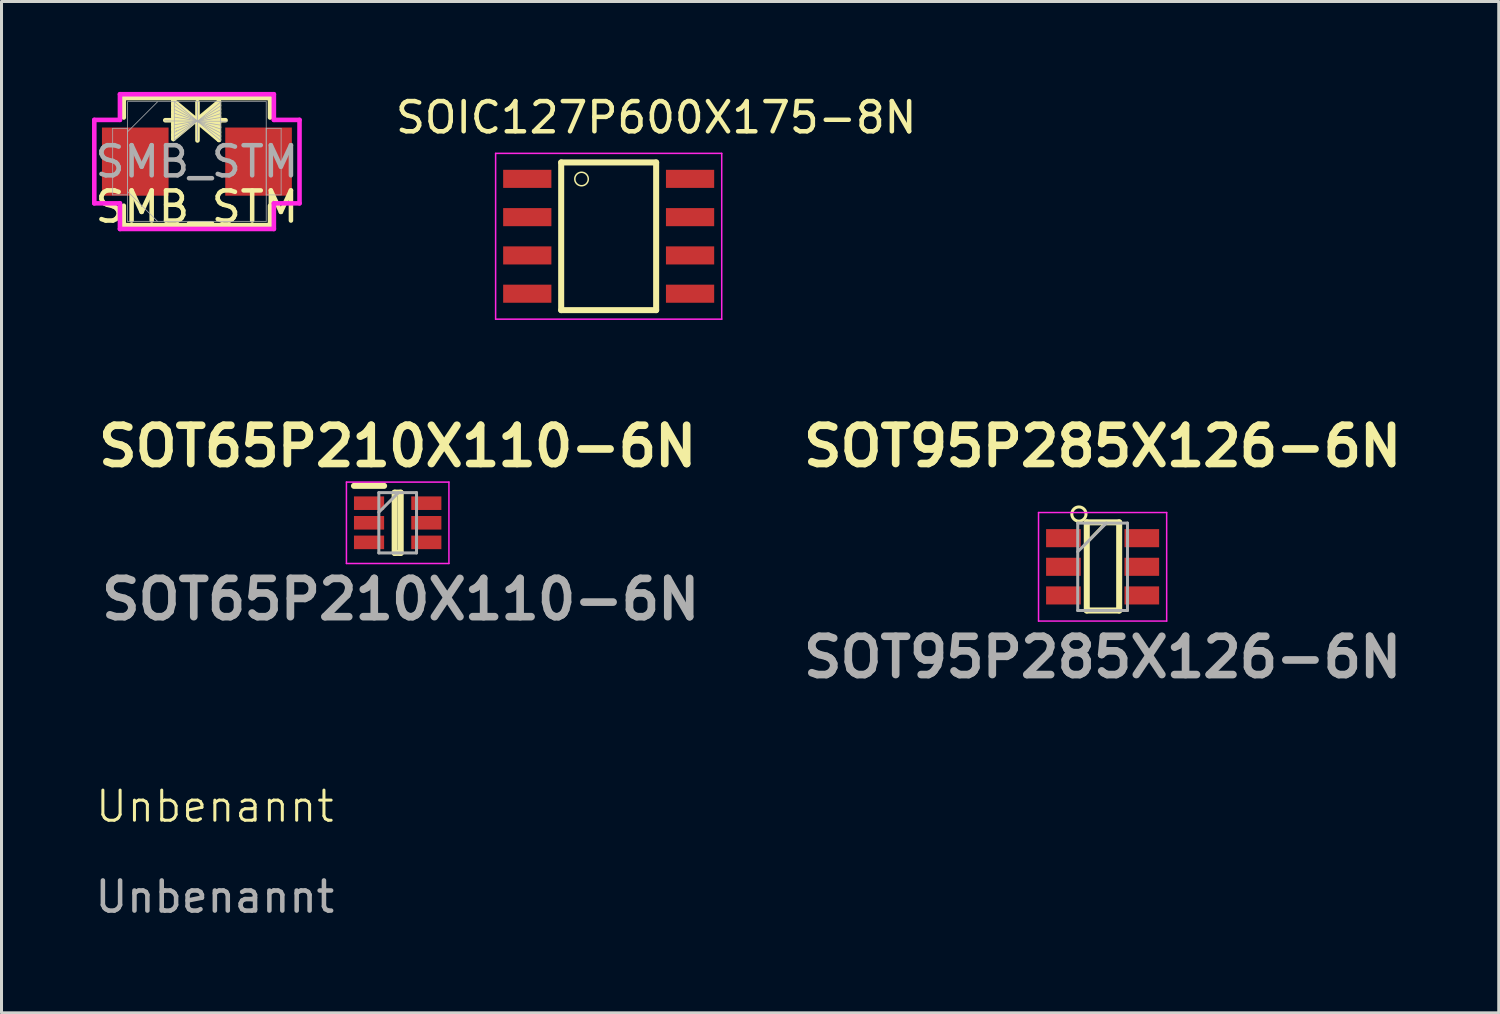
<source format=kicad_pcb>
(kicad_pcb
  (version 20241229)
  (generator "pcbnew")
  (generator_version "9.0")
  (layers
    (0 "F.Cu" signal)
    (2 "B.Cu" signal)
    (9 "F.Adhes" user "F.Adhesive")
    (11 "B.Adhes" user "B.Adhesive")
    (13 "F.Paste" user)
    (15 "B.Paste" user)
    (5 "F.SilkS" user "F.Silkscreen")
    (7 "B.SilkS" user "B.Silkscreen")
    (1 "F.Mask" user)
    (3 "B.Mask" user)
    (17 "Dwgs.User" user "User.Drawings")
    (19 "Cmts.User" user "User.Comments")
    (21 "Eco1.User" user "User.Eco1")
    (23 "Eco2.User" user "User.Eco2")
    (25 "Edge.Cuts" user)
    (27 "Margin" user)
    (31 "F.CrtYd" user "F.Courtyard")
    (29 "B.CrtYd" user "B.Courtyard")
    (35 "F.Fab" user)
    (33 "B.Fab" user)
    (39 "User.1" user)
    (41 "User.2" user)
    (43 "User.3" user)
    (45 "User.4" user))
  (footprint "SOT65P210X110-6N"
    (layer "F.Cu")
    (at 10.142 14.292)
    (property "Reference" "SOT65P210X110-6N" (at 0 -2.54 0) (layer "F.SilkS") (effects (font (size 1.27 1.27) (thickness 0.254))))
    (attr smd)
    (fp_line (start -1.45 -1.225) (end -0.45 -1.225) (stroke (width 0.2) (type solid)) (layer "F.SilkS"))
    (fp_line (start -0.1 -1) (end 0.1 -1) (stroke (width 0.2) (type solid)) (layer "F.SilkS"))
    (fp_line (start -0.1 1) (end -0.1 -1) (stroke (width 0.2) (type solid)) (layer "F.SilkS"))
    (fp_line (start 0.1 -1) (end 0.1 1) (stroke (width 0.2) (type solid)) (layer "F.SilkS"))
    (fp_line (start 0.1 1) (end -0.1 1) (stroke (width 0.2) (type solid)) (layer "F.SilkS"))
    (fp_line (start -1.7 -1.35) (end 1.7 -1.35) (stroke (width 0.05) (type solid)) (layer "F.CrtYd"))
    (fp_line (start -1.7 1.35) (end -1.7 -1.35) (stroke (width 0.05) (type solid)) (layer "F.CrtYd"))
    (fp_line (start 1.7 -1.35) (end 1.7 1.35) (stroke (width 0.05) (type solid)) (layer "F.CrtYd"))
    (fp_line (start 1.7 1.35) (end -1.7 1.35) (stroke (width 0.05) (type solid)) (layer "F.CrtYd"))
    (fp_line (start -0.625 -1) (end 0.625 -1) (stroke (width 0.1) (type solid)) (layer "F.Fab"))
    (fp_line (start -0.625 -0.35) (end 0.025 -1) (stroke (width 0.1) (type solid)) (layer "F.Fab"))
    (fp_line (start -0.625 1) (end -0.625 -1) (stroke (width 0.1) (type solid)) (layer "F.Fab"))
    (fp_line (start 0.625 -1) (end 0.625 1) (stroke (width 0.1) (type solid)) (layer "F.Fab"))
    (fp_line (start 0.625 1) (end -0.625 1) (stroke (width 0.1) (type solid)) (layer "F.Fab"))
    (fp_text user "${REFERENCE}" (at 0.1 2.54 0) (layer "F.Fab") (effects (font (size 1.27 1.27) (thickness 0.254))))
    (pad "1" smd rect (at -0.95 -0.65 90) (size 0.45 1) (layers "F.Cu" "F.Mask" "F.Paste"))
    (pad "2" smd rect (at -0.95 0 90) (size 0.45 1) (layers "F.Cu" "F.Mask" "F.Paste"))
    (pad "3" smd rect (at -0.95 0.65 90) (size 0.45 1) (layers "F.Cu" "F.Mask" "F.Paste"))
    (pad "4" smd rect (at 0.95 0.65 90) (size 0.45 1) (layers "F.Cu" "F.Mask" "F.Paste"))
    (pad "5" smd rect (at 0.95 0 90) (size 0.45 1) (layers "F.Cu" "F.Mask" "F.Paste"))
    (pad "6" smd rect (at 0.95 -0.65 90) (size 0.45 1) (layers "F.Cu" "F.Mask" "F.Paste")))
  (footprint "SOIC127P600X175-8N"
    (layer "F.Cu")
    (at 17.141 4.788)
    (property "Reference" "SOIC127P600X175-8N" (at 1.577 -3.939 0) (layer "F.SilkS") (effects (font (size 1.001 1.001) (thickness 0.15))))
    (attr smd)
    (fp_line (start -1.575 -2.45) (end 1.575 -2.45) (stroke (width 0.2) (type solid)) (layer "F.SilkS"))
    (fp_line (start -1.575 2.45) (end -1.575 -2.45) (stroke (width 0.2) (type solid)) (layer "F.SilkS"))
    (fp_line (start 1.575 -2.45) (end 1.575 2.45) (stroke (width 0.2) (type solid)) (layer "F.SilkS"))
    (fp_line (start 1.575 2.45) (end -1.575 2.45) (stroke (width 0.2) (type solid)) (layer "F.SilkS"))
    (fp_circle (center -0.9 -1.9) (end -0.676 -1.9) (stroke (width 0.05) (type solid)) (fill no) (layer "F.SilkS"))
    (fp_line (start -3.75 -2.75) (end 3.75 -2.75) (stroke (width 0.05) (type solid)) (layer "F.CrtYd"))
    (fp_line (start -3.75 2.75) (end -3.75 -2.75) (stroke (width 0.05) (type solid)) (layer "F.CrtYd"))
    (fp_line (start 3.75 -2.75) (end 3.75 2.75) (stroke (width 0.05) (type solid)) (layer "F.CrtYd"))
    (fp_line (start 3.75 2.75) (end -3.75 2.75) (stroke (width 0.05) (type solid)) (layer "F.CrtYd"))
    (pad "1" smd rect (at -2.7 -1.905) (size 1.6 0.6) (layers "F.Cu" "F.Mask" "F.Paste"))
    (pad "2" smd rect (at -2.7 -0.635) (size 1.6 0.6) (layers "F.Cu" "F.Mask" "F.Paste"))
    (pad "3" smd rect (at -2.7 0.635) (size 1.6 0.6) (layers "F.Cu" "F.Mask" "F.Paste"))
    (pad "4" smd rect (at -2.7 1.905) (size 1.6 0.6) (layers "F.Cu" "F.Mask" "F.Paste"))
    (pad "5" smd rect (at 2.7 1.905 180) (size 1.6 0.6) (layers "F.Cu" "F.Mask" "F.Paste"))
    (pad "6" smd rect (at 2.7 0.635 180) (size 1.6 0.6) (layers "F.Cu" "F.Mask" "F.Paste"))
    (pad "7" smd rect (at 2.7 -0.635 180) (size 1.6 0.6) (layers "F.Cu" "F.Mask" "F.Paste"))
    (pad "8" smd rect (at 2.7 -1.905 180) (size 1.6 0.6) (layers "F.Cu" "F.Mask" "F.Paste")))
  (footprint "Unbenannt"
    (layer "F.Cu")
    (at 4.077 24.201)
    (property "Reference" "Unbenannt" (at 0 -0.5 0) (unlocked yes) (layer "F.SilkS") (effects (font (size 1 1) (thickness 0.1))))
    (attr through_hole)
    (fp_text user "${REFERENCE}" (at 0 2.5 0) (unlocked yes) (layer "F.Fab") (effects (font (size 1 1) (thickness 0.15)))))
  (footprint "SOT95P285X126-6N"
    (layer "F.Cu")
    (at 33.526 15.752)
    (property "Reference" "SOT95P285X126-6N" (at 0 -4 0) (layer "F.SilkS") (effects (font (size 1.27 1.27) (thickness 0.254))))
    (attr smd)
    (fp_line (start -0.525 -1.475) (end 0.55 -1.475) (stroke (width 0.2) (type solid)) (layer "F.SilkS"))
    (fp_line (start -0.525 1.45) (end -0.525 -1.475) (stroke (width 0.2) (type solid)) (layer "F.SilkS"))
    (fp_line (start 0.075 -1.425) (end -0.525 -0.8) (stroke (width 0.1) (type default)) (layer "F.SilkS"))
    (fp_line (start 0.55 -1.475) (end 0.55 1.45) (stroke (width 0.2) (type solid)) (layer "F.SilkS"))
    (fp_line (start 0.55 1.45) (end -0.525 1.45) (stroke (width 0.2) (type solid)) (layer "F.SilkS"))
    (fp_circle (center -0.786 -1.75) (end -0.586 -1.875) (stroke (width 0.1) (type default)) (fill no) (layer "F.SilkS"))
    (fp_line (start -2.125 -1.8) (end 2.125 -1.8) (stroke (width 0.05) (type solid)) (layer "F.CrtYd"))
    (fp_line (start -2.125 1.8) (end -2.125 -1.8) (stroke (width 0.05) (type solid)) (layer "F.CrtYd"))
    (fp_line (start 2.125 -1.8) (end 2.125 1.8) (stroke (width 0.05) (type solid)) (layer "F.CrtYd"))
    (fp_line (start 2.125 1.8) (end -2.125 1.8) (stroke (width 0.05) (type solid)) (layer "F.CrtYd"))
    (fp_line (start -0.825 -1.45) (end 0.825 -1.45) (stroke (width 0.1) (type solid)) (layer "F.Fab"))
    (fp_line (start -0.825 -0.5) (end 0.125 -1.45) (stroke (width 0.1) (type solid)) (layer "F.Fab"))
    (fp_line (start -0.825 1.45) (end -0.825 -1.45) (stroke (width 0.1) (type solid)) (layer "F.Fab"))
    (fp_line (start 0.825 -1.45) (end 0.825 1.45) (stroke (width 0.1) (type solid)) (layer "F.Fab"))
    (fp_line (start 0.825 1.45) (end -0.825 1.45) (stroke (width 0.1) (type solid)) (layer "F.Fab"))
    (fp_text user "${REFERENCE}" (at 0 3 0) (layer "F.Fab") (effects (font (size 1.27 1.27) (thickness 0.254))))
    (pad "1" smd rect (at -1.3 -0.95 90) (size 0.6 1.15) (layers "F.Cu" "F.Mask" "F.Paste"))
    (pad "2" smd rect (at -1.3 0 90) (size 0.6 1.15) (layers "F.Cu" "F.Mask" "F.Paste"))
    (pad "3" smd rect (at -1.3 0.95 90) (size 0.6 1.15) (layers "F.Cu" "F.Mask" "F.Paste"))
    (pad "4" smd rect (at 1.3 0.95 90) (size 0.6 1.15) (layers "F.Cu" "F.Mask" "F.Paste"))
    (pad "5" smd rect (at 1.3 0 90) (size 0.6 1.15) (layers "F.Cu" "F.Mask" "F.Paste"))
    (pad "6" smd rect (at 1.3 -0.95 90) (size 0.6 1.15) (layers "F.Cu" "F.Mask" "F.Paste")))
  (footprint "SMB_STM"
    (layer "F.Cu")
    (at 3.482 2.311)
    (property "Reference" "SMB_STM" (at 0 1.5 0) (unlocked yes) (layer "F.SilkS") (effects (font (size 1 1) (thickness 0.15))))
    (attr smd)
    (fp_line (start -2.426 -2.108) (end -2.426 -1.463) (stroke (width 0.152) (type solid)) (layer "F.SilkS"))
    (fp_line (start -2.426 1.463) (end -2.426 2.108) (stroke (width 0.152) (type solid)) (layer "F.SilkS"))
    (fp_line (start -2.426 2.108) (end 2.426 2.108) (stroke (width 0.152) (type solid)) (layer "F.SilkS"))
    (fp_line (start -1.05 -1.373) (end 0.22 -1.373) (stroke (width 0.152) (type solid)) (layer "F.SilkS"))
    (fp_line (start -0.781 -0.751) (end -0.781 -2.022) (stroke (width 0.152) (type solid)) (layer "F.SilkS"))
    (fp_line (start -0.031 -1.355) (end 0.731 -1.99) (stroke (width 0.152) (type solid)) (layer "F.SilkS"))
    (fp_line (start -0.031 -1.355) (end 0.731 -1.863) (stroke (width 0.152) (type solid)) (layer "F.SilkS"))
    (fp_line (start -0.031 -1.355) (end 0.731 -1.736) (stroke (width 0.152) (type solid)) (layer "F.SilkS"))
    (fp_line (start -0.031 -1.355) (end 0.731 -1.609) (stroke (width 0.152) (type solid)) (layer "F.SilkS"))
    (fp_line (start -0.031 -1.355) (end 0.731 -1.482) (stroke (width 0.152) (type solid)) (layer "F.SilkS"))
    (fp_line (start -0.031 -1.355) (end 0.731 -1.291) (stroke (width 0.152) (type solid)) (layer "F.SilkS"))
    (fp_line (start -0.031 -1.355) (end 0.731 -1.141) (stroke (width 0.152) (type solid)) (layer "F.SilkS"))
    (fp_line (start -0.031 -1.355) (end 0.731 -0.974) (stroke (width 0.152) (type solid)) (layer "F.SilkS"))
    (fp_line (start -0.031 -1.355) (end 0.731 -0.847) (stroke (width 0.152) (type solid)) (layer "F.SilkS"))
    (fp_line (start -0.031 -1.355) (end 0.731 -0.72) (stroke (width 0.152) (type solid)) (layer "F.SilkS"))
    (fp_line (start -0.019 -1.387) (end -0.781 -2.022) (stroke (width 0.152) (type solid)) (layer "F.SilkS"))
    (fp_line (start -0.019 -1.387) (end -0.781 -1.895) (stroke (width 0.152) (type solid)) (layer "F.SilkS"))
    (fp_line (start -0.019 -1.387) (end -0.781 -1.768) (stroke (width 0.152) (type solid)) (layer "F.SilkS"))
    (fp_line (start -0.019 -1.387) (end -0.781 -1.641) (stroke (width 0.152) (type solid)) (layer "F.SilkS"))
    (fp_line (start -0.019 -1.387) (end -0.781 -1.514) (stroke (width 0.152) (type solid)) (layer "F.SilkS"))
    (fp_line (start -0.019 -1.387) (end -0.781 -1.223) (stroke (width 0.152) (type solid)) (layer "F.SilkS"))
    (fp_line (start -0.019 -1.387) (end -0.781 -1.073) (stroke (width 0.152) (type solid)) (layer "F.SilkS"))
    (fp_line (start -0.019 -1.387) (end -0.781 -0.878) (stroke (width 0.152) (type solid)) (layer "F.SilkS"))
    (fp_line (start -0.019 -1.387) (end -0.781 -0.751) (stroke (width 0.152) (type solid)) (layer "F.SilkS"))
    (fp_line (start 0.019 -1.972) (end 0.019 -0.702) (stroke (width 0.152) (type solid)) (layer "F.SilkS"))
    (fp_line (start 0.731 -1.99) (end 0.731 -0.72) (stroke (width 0.152) (type solid)) (layer "F.SilkS"))
    (fp_line (start 0.95 -1.373) (end -0.32 -1.373) (stroke (width 0.152) (type solid)) (layer "F.SilkS"))
    (fp_line (start 2.426 -2.108) (end -2.426 -2.108) (stroke (width 0.152) (type solid)) (layer "F.SilkS"))
    (fp_line (start 2.426 -1.463) (end 2.426 -2.108) (stroke (width 0.152) (type solid)) (layer "F.SilkS"))
    (fp_line (start 2.426 2.108) (end 2.426 1.463) (stroke (width 0.152) (type solid)) (layer "F.SilkS"))
    (fp_line (start -3.404 -1.384) (end -2.553 -1.384) (stroke (width 0.152) (type solid)) (layer "F.CrtYd"))
    (fp_line (start -3.404 1.384) (end -3.404 -1.384) (stroke (width 0.152) (type solid)) (layer "F.CrtYd"))
    (fp_line (start -2.553 -2.235) (end 2.553 -2.235) (stroke (width 0.152) (type solid)) (layer "F.CrtYd"))
    (fp_line (start -2.553 -1.384) (end -2.553 -2.235) (stroke (width 0.152) (type solid)) (layer "F.CrtYd"))
    (fp_line (start -2.553 1.384) (end -3.404 1.384) (stroke (width 0.152) (type solid)) (layer "F.CrtYd"))
    (fp_line (start -2.553 2.235) (end -2.553 1.384) (stroke (width 0.152) (type solid)) (layer "F.CrtYd"))
    (fp_line (start 2.553 -2.235) (end 2.553 -1.384) (stroke (width 0.152) (type solid)) (layer "F.CrtYd"))
    (fp_line (start 2.553 -1.384) (end 3.404 -1.384) (stroke (width 0.152) (type solid)) (layer "F.CrtYd"))
    (fp_line (start 2.553 1.384) (end 2.553 2.235) (stroke (width 0.152) (type solid)) (layer "F.CrtYd"))
    (fp_line (start 2.553 2.235) (end -2.553 2.235) (stroke (width 0.152) (type solid)) (layer "F.CrtYd"))
    (fp_line (start 3.404 -1.384) (end 3.404 1.384) (stroke (width 0.152) (type solid)) (layer "F.CrtYd"))
    (fp_line (start 3.404 1.384) (end 2.553 1.384) (stroke (width 0.152) (type solid)) (layer "F.CrtYd"))
    (fp_line (start -2.794 -1.105) (end -2.794 1.105) (stroke (width 0.025) (type solid)) (layer "F.Fab"))
    (fp_line (start -2.794 1.105) (end -2.299 1.105) (stroke (width 0.025) (type solid)) (layer "F.Fab"))
    (fp_line (start -2.299 -1.981) (end -2.299 1.981) (stroke (width 0.025) (type solid)) (layer "F.Fab"))
    (fp_line (start -2.299 -1.105) (end -2.794 -1.105) (stroke (width 0.025) (type solid)) (layer "F.Fab"))
    (fp_line (start -2.299 -0.991) (end -1.308 -1.981) (stroke (width 0.025) (type solid)) (layer "F.Fab"))
    (fp_line (start -2.299 0.991) (end -1.308 1.981) (stroke (width 0.025) (type solid)) (layer "F.Fab"))
    (fp_line (start -2.299 1.105) (end -2.299 -1.105) (stroke (width 0.025) (type solid)) (layer "F.Fab"))
    (fp_line (start -2.299 1.981) (end 2.299 1.981) (stroke (width 0.025) (type solid)) (layer "F.Fab"))
    (fp_line (start -0.75 -0.715) (end -0.75 -1.985) (stroke (width 0.025) (type solid)) (layer "F.Fab"))
    (fp_line (start 0.012 -1.35) (end -0.75 -1.985) (stroke (width 0.025) (type solid)) (layer "F.Fab"))
    (fp_line (start 0.012 -1.35) (end -0.75 -1.858) (stroke (width 0.025) (type solid)) (layer "F.Fab"))
    (fp_line (start 0.012 -1.35) (end -0.75 -1.731) (stroke (width 0.025) (type solid)) (layer "F.Fab"))
    (fp_line (start 0.012 -1.35) (end -0.75 -1.604) (stroke (width 0.025) (type solid)) (layer "F.Fab"))
    (fp_line (start 0.012 -1.35) (end -0.75 -1.477) (stroke (width 0.025) (type solid)) (layer "F.Fab"))
    (fp_line (start 0.012 -1.35) (end -0.75 -1.223) (stroke (width 0.025) (type solid)) (layer "F.Fab"))
    (fp_line (start 0.012 -1.35) (end -0.75 -1.096) (stroke (width 0.025) (type solid)) (layer "F.Fab"))
    (fp_line (start 0.012 -1.35) (end -0.75 -0.969) (stroke (width 0.025) (type solid)) (layer "F.Fab"))
    (fp_line (start 0.012 -1.35) (end -0.75 -0.842) (stroke (width 0.025) (type solid)) (layer "F.Fab"))
    (fp_line (start 0.012 -1.35) (end -0.75 -0.715) (stroke (width 0.025) (type solid)) (layer "F.Fab"))
    (fp_line (start 0.012 -0.715) (end 0.012 -1.985) (stroke (width 0.025) (type solid)) (layer "F.Fab"))
    (fp_line (start 0.019 -1.972) (end 0.019 -0.702) (stroke (width 0.025) (type solid)) (layer "F.Fab"))
    (fp_line (start 0.019 -1.337) (end 0.781 -1.972) (stroke (width 0.025) (type solid)) (layer "F.Fab"))
    (fp_line (start 0.019 -1.337) (end 0.781 -1.845) (stroke (width 0.025) (type solid)) (layer "F.Fab"))
    (fp_line (start 0.019 -1.337) (end 0.781 -1.718) (stroke (width 0.025) (type solid)) (layer "F.Fab"))
    (fp_line (start 0.019 -1.337) (end 0.781 -1.591) (stroke (width 0.025) (type solid)) (layer "F.Fab"))
    (fp_line (start 0.019 -1.337) (end 0.781 -1.464) (stroke (width 0.025) (type solid)) (layer "F.Fab"))
    (fp_line (start 0.019 -1.337) (end 0.781 -1.21) (stroke (width 0.025) (type solid)) (layer "F.Fab"))
    (fp_line (start 0.019 -1.337) (end 0.781 -1.083) (stroke (width 0.025) (type solid)) (layer "F.Fab"))
    (fp_line (start 0.019 -1.337) (end 0.781 -0.956) (stroke (width 0.025) (type solid)) (layer "F.Fab"))
    (fp_line (start 0.019 -1.337) (end 0.781 -0.829) (stroke (width 0.025) (type solid)) (layer "F.Fab"))
    (fp_line (start 0.019 -1.337) (end 0.781 -0.702) (stroke (width 0.025) (type solid)) (layer "F.Fab"))
    (fp_line (start 0.781 -1.972) (end 0.781 -0.702) (stroke (width 0.025) (type solid)) (layer "F.Fab"))
    (fp_line (start 1 -1.337) (end -1.07 -1.35) (stroke (width 0.025) (type solid)) (layer "F.Fab"))
    (fp_line (start 2.299 -2) (end -2.299 -2) (stroke (width 0.025) (type solid)) (layer "F.Fab"))
    (fp_line (start 2.299 -1.105) (end 2.299 1.105) (stroke (width 0.025) (type solid)) (layer "F.Fab"))
    (fp_line (start 2.299 1.105) (end 2.794 1.105) (stroke (width 0.025) (type solid)) (layer "F.Fab"))
    (fp_line (start 2.299 1.981) (end 2.299 -1.981) (stroke (width 0.025) (type solid)) (layer "F.Fab"))
    (fp_line (start 2.794 -1.105) (end 2.299 -1.105) (stroke (width 0.025) (type solid)) (layer "F.Fab"))
    (fp_line (start 2.794 1.105) (end 2.794 -1.105) (stroke (width 0.025) (type solid)) (layer "F.Fab"))
    (fp_text user "${REFERENCE}" (at 0 0 0) (unlocked yes) (layer "F.Fab") (effects (font (size 1 1) (thickness 0.15))))
    (pad "1" smd rect (at -2.045 0) (size 2.21 2.261) (layers "F.Cu" "F.Mask" "F.Paste"))
    (pad "2" smd rect (at 2.045 0) (size 2.21 2.261) (layers "F.Cu" "F.Mask" "F.Paste")))
  (gr_rect
    (start -3 -3)
    (end 46.667 30.549)
    (stroke (width 0.1) (type default))
    (fill no)
    (layer "Edge.Cuts")))
</source>
